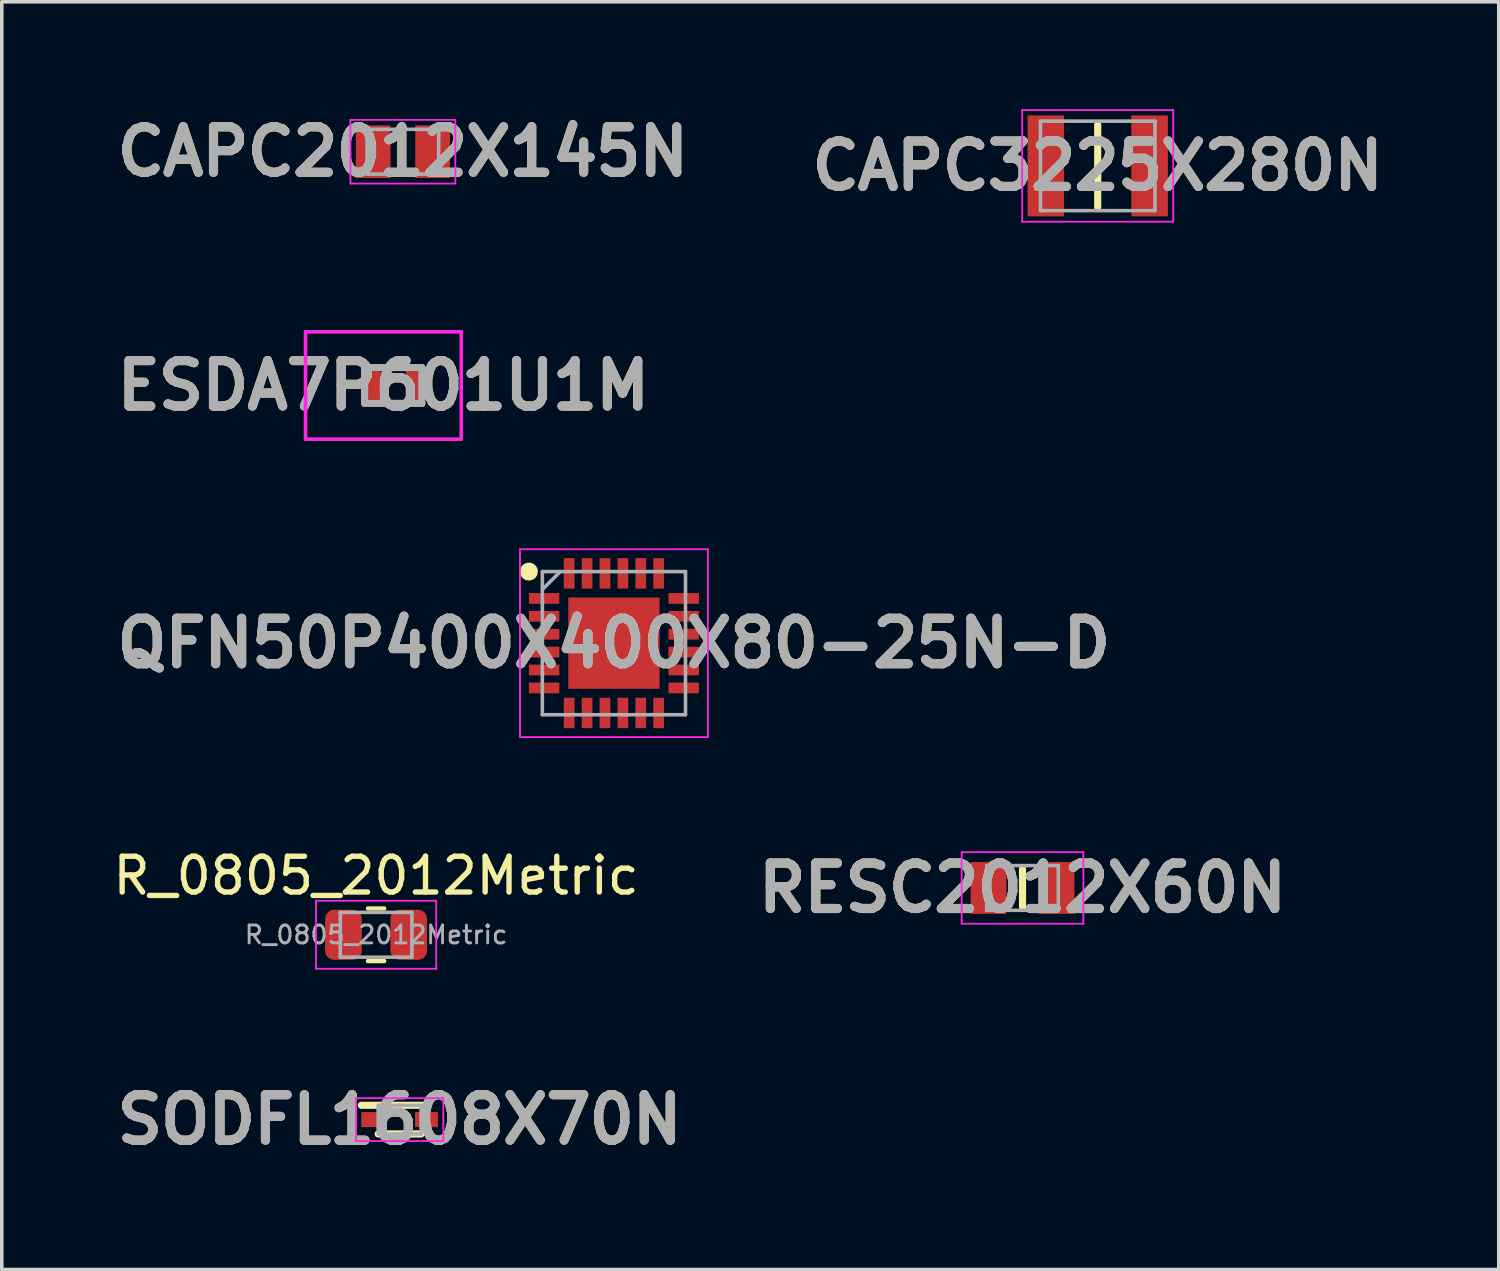
<source format=kicad_pcb>
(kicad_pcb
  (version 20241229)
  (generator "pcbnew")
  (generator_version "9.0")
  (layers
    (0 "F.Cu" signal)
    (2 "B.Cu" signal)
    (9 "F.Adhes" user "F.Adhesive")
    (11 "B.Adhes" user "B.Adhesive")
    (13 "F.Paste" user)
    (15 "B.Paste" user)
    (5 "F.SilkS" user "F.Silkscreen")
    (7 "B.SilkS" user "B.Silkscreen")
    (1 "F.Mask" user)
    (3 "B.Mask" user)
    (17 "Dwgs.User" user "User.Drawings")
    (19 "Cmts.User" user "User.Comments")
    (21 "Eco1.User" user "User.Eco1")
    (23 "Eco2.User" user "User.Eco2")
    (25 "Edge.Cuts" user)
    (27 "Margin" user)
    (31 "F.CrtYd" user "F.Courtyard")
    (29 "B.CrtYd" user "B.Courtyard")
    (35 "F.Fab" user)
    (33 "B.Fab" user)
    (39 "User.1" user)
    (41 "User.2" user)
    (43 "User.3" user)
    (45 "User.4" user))
  (footprint "RESC2012X60N"
    (layer "F.Cu")
    (at 25.519 21.759)
    (property "Reference" "RESC2012X60N" (at 0 0 0) (layer "F.SilkS") (effects (font (size 1.27 1.27) (thickness 0.254))))
    (attr smd)
    (fp_line (start 0 -0.525) (end 0 0.525) (stroke (width 0.2) (type solid)) (layer "F.SilkS"))
    (fp_line (start -1.7 -1) (end 1.7 -1) (stroke (width 0.05) (type solid)) (layer "F.CrtYd"))
    (fp_line (start -1.7 1) (end -1.7 -1) (stroke (width 0.05) (type solid)) (layer "F.CrtYd"))
    (fp_line (start 1.7 -1) (end 1.7 1) (stroke (width 0.05) (type solid)) (layer "F.CrtYd"))
    (fp_line (start 1.7 1) (end -1.7 1) (stroke (width 0.05) (type solid)) (layer "F.CrtYd"))
    (fp_line (start -1 -0.625) (end 1 -0.625) (stroke (width 0.1) (type solid)) (layer "F.Fab"))
    (fp_line (start -1 0.625) (end -1 -0.625) (stroke (width 0.1) (type solid)) (layer "F.Fab"))
    (fp_line (start 1 -0.625) (end 1 0.625) (stroke (width 0.1) (type solid)) (layer "F.Fab"))
    (fp_line (start 1 0.625) (end -1 0.625) (stroke (width 0.1) (type solid)) (layer "F.Fab"))
    (fp_text user "${REFERENCE}" (at 0 0 0) (layer "F.Fab") (effects (font (size 1.27 1.27) (thickness 0.254))))
    (pad "1" smd rect (at -0.95 0) (size 1 1.45) (layers "F.Cu" "F.Mask" "F.Paste"))
    (pad "2" smd rect (at 0.95 0) (size 1 1.45) (layers "F.Cu" "F.Mask" "F.Paste")))
  (footprint "ESDA7P601U1M"
    (layer "F.Cu")
    (at 7.937 7.72)
    (property "Reference" "ESDA7P601U1M" (at -0.275 0 0) (layer "F.SilkS") (effects (font (size 1.27 1.27) (thickness 0.254))))
    (attr smd)
    (fp_line (start -1.4 -0.1) (end -1.4 -0.1) (stroke (width 0.1) (type solid)) (layer "F.SilkS"))
    (fp_line (start -1.4 0) (end -1.4 0) (stroke (width 0.1) (type solid)) (layer "F.SilkS"))
    (fp_line (start -0.1 -0.5) (end 0.1 -0.5) (stroke (width 0.1) (type solid)) (layer "F.SilkS"))
    (fp_line (start -0.1 0.5) (end 0.1 0.5) (stroke (width 0.1) (type solid)) (layer "F.SilkS"))
    (fp_arc (start -1.4 -0.1) (mid -1.35 -0.05) (end -1.4 0) (stroke (width 0.1) (type solid)) (layer "F.SilkS"))
    (fp_arc (start -1.4 0) (mid -1.45 -0.05) (end -1.4 -0.1) (stroke (width 0.1) (type solid)) (layer "F.SilkS"))
    (fp_line (start -2.45 -1.5) (end 1.9 -1.5) (stroke (width 0.1) (type solid)) (layer "F.CrtYd"))
    (fp_line (start -2.45 1.5) (end -2.45 -1.5) (stroke (width 0.1) (type solid)) (layer "F.CrtYd"))
    (fp_line (start 1.9 -1.5) (end 1.9 1.5) (stroke (width 0.1) (type solid)) (layer "F.CrtYd"))
    (fp_line (start 1.9 1.5) (end -2.45 1.5) (stroke (width 0.1) (type solid)) (layer "F.CrtYd"))
    (fp_line (start -0.8 -0.5) (end 0.8 -0.5) (stroke (width 0.2) (type solid)) (layer "F.Fab"))
    (fp_line (start -0.8 0.5) (end -0.8 -0.5) (stroke (width 0.2) (type solid)) (layer "F.Fab"))
    (fp_line (start 0.8 -0.5) (end 0.8 0.5) (stroke (width 0.2) (type solid)) (layer "F.Fab"))
    (fp_line (start 0.8 0.5) (end -0.8 0.5) (stroke (width 0.2) (type solid)) (layer "F.Fab"))
    (fp_text user "${REFERENCE}" (at -0.275 0 0) (layer "F.Fab") (effects (font (size 1.27 1.27) (thickness 0.254))))
    (pad "1" smd rect (at -0.625 0) (size 0.55 0.8) (layers "F.Cu" "F.Mask" "F.Paste"))
    (pad "2" smd rect (at 0.625 0) (size 0.55 0.8) (layers "F.Cu" "F.Mask" "F.Paste")))
  (footprint "CAPC2012X145N"
    (layer "F.Cu")
    (at 8.207 1.189)
    (property "Reference" "CAPC2012X145N" (at 0 0 0) (layer "F.SilkS") (effects (font (size 1.27 1.27) (thickness 0.254))))
    (attr smd)
    (fp_line (start -1.465 -0.89) (end 1.465 -0.89) (stroke (width 0.05) (type solid)) (layer "F.CrtYd"))
    (fp_line (start -1.465 0.89) (end -1.465 -0.89) (stroke (width 0.05) (type solid)) (layer "F.CrtYd"))
    (fp_line (start 1.465 -0.89) (end 1.465 0.89) (stroke (width 0.05) (type solid)) (layer "F.CrtYd"))
    (fp_line (start 1.465 0.89) (end -1.465 0.89) (stroke (width 0.05) (type solid)) (layer "F.CrtYd"))
    (fp_line (start -1 -0.625) (end 1 -0.625) (stroke (width 0.1) (type solid)) (layer "F.Fab"))
    (fp_line (start -1 0.625) (end -1 -0.625) (stroke (width 0.1) (type solid)) (layer "F.Fab"))
    (fp_line (start 1 -0.625) (end 1 0.625) (stroke (width 0.1) (type solid)) (layer "F.Fab"))
    (fp_line (start 1 0.625) (end -1 0.625) (stroke (width 0.1) (type solid)) (layer "F.Fab"))
    (fp_text user "${REFERENCE}" (at 0 0 0) (layer "F.Fab") (effects (font (size 1.27 1.27) (thickness 0.254))))
    (pad "1" smd rect (at -0.83 0) (size 0.97 1.47) (layers "F.Cu" "F.Mask" "F.Paste"))
    (pad "2" smd rect (at 0.83 0) (size 0.97 1.47) (layers "F.Cu" "F.Mask" "F.Paste")))
  (footprint "SODFL1608X70N"
    (layer "F.Cu")
    (at 8.116 28.232)
    (property "Reference" "SODFL1608X70N" (at 0 0 0) (layer "F.SilkS") (effects (font (size 1.27 1.27) (thickness 0.254))))
    (attr smd)
    (fp_line (start -1.07 -0.4) (end 0.6 -0.4) (stroke (width 0.2) (type solid)) (layer "F.SilkS"))
    (fp_line (start -0.6 0.4) (end 0.6 0.4) (stroke (width 0.2) (type solid)) (layer "F.SilkS"))
    (fp_line (start -1.22 -0.6) (end 1.22 -0.6) (stroke (width 0.05) (type solid)) (layer "F.CrtYd"))
    (fp_line (start -1.22 0.6) (end -1.22 -0.6) (stroke (width 0.05) (type solid)) (layer "F.CrtYd"))
    (fp_line (start 1.22 -0.6) (end 1.22 0.6) (stroke (width 0.05) (type solid)) (layer "F.CrtYd"))
    (fp_line (start 1.22 0.6) (end -1.22 0.6) (stroke (width 0.05) (type solid)) (layer "F.CrtYd"))
    (fp_line (start -0.6 -0.4) (end 0.6 -0.4) (stroke (width 0.1) (type solid)) (layer "F.Fab"))
    (fp_line (start -0.6 -0.08) (end -0.28 -0.4) (stroke (width 0.1) (type solid)) (layer "F.Fab"))
    (fp_line (start -0.6 0.4) (end -0.6 -0.4) (stroke (width 0.1) (type solid)) (layer "F.Fab"))
    (fp_line (start 0.6 -0.4) (end 0.6 0.4) (stroke (width 0.1) (type solid)) (layer "F.Fab"))
    (fp_line (start 0.6 0.4) (end -0.6 0.4) (stroke (width 0.1) (type solid)) (layer "F.Fab"))
    (fp_text user "${REFERENCE}" (at 0 0 0) (layer "F.Fab") (effects (font (size 1.27 1.27) (thickness 0.254))))
    (pad "1" smd rect (at -0.75 0 90) (size 0.42 0.64) (layers "F.Cu" "F.Mask" "F.Paste"))
    (pad "2" smd rect (at 0.75 0 90) (size 0.42 0.64) (layers "F.Cu" "F.Mask" "F.Paste")))
  (footprint "QFN50P400X400X80-25N-D"
    (layer "F.Cu")
    (at 14.103 14.92)
    (property "Reference" "QFN50P400X400X80-25N-D" (at 0 0 0) (layer "F.SilkS") (effects (font (size 1.27 1.27) (thickness 0.254))))
    (attr smd)
    (fp_circle (center -2.375 -2) (end -2.375 -1.875) (stroke (width 0.25) (type solid)) (fill no) (layer "F.SilkS"))
    (fp_line (start -2.625 -2.625) (end 2.625 -2.625) (stroke (width 0.05) (type solid)) (layer "F.CrtYd"))
    (fp_line (start -2.625 2.625) (end -2.625 -2.625) (stroke (width 0.05) (type solid)) (layer "F.CrtYd"))
    (fp_line (start 2.625 -2.625) (end 2.625 2.625) (stroke (width 0.05) (type solid)) (layer "F.CrtYd"))
    (fp_line (start 2.625 2.625) (end -2.625 2.625) (stroke (width 0.05) (type solid)) (layer "F.CrtYd"))
    (fp_line (start -2 -2) (end 2 -2) (stroke (width 0.1) (type solid)) (layer "F.Fab"))
    (fp_line (start -2 -1.5) (end -1.5 -2) (stroke (width 0.1) (type solid)) (layer "F.Fab"))
    (fp_line (start -2 2) (end -2 -2) (stroke (width 0.1) (type solid)) (layer "F.Fab"))
    (fp_line (start 2 -2) (end 2 2) (stroke (width 0.1) (type solid)) (layer "F.Fab"))
    (fp_line (start 2 2) (end -2 2) (stroke (width 0.1) (type solid)) (layer "F.Fab"))
    (fp_text user "${REFERENCE}" (at 0 0 0) (layer "F.Fab") (effects (font (size 1.27 1.27) (thickness 0.254))))
    (pad "1" smd rect (at -1.95 -1.25 90) (size 0.3 0.85) (layers "F.Cu" "F.Mask" "F.Paste"))
    (pad "2" smd rect (at -1.95 -0.75 90) (size 0.3 0.85) (layers "F.Cu" "F.Mask" "F.Paste"))
    (pad "3" smd rect (at -1.95 -0.25 90) (size 0.3 0.85) (layers "F.Cu" "F.Mask" "F.Paste"))
    (pad "4" smd rect (at -1.95 0.25 90) (size 0.3 0.85) (layers "F.Cu" "F.Mask" "F.Paste"))
    (pad "5" smd rect (at -1.95 0.75 90) (size 0.3 0.85) (layers "F.Cu" "F.Mask" "F.Paste"))
    (pad "6" smd rect (at -1.95 1.25 90) (size 0.3 0.85) (layers "F.Cu" "F.Mask" "F.Paste"))
    (pad "7" smd rect (at -1.25 1.95) (size 0.3 0.85) (layers "F.Cu" "F.Mask" "F.Paste"))
    (pad "8" smd rect (at -0.75 1.95) (size 0.3 0.85) (layers "F.Cu" "F.Mask" "F.Paste"))
    (pad "9" smd rect (at -0.25 1.95) (size 0.3 0.85) (layers "F.Cu" "F.Mask" "F.Paste"))
    (pad "10" smd rect (at 0.25 1.95) (size 0.3 0.85) (layers "F.Cu" "F.Mask" "F.Paste"))
    (pad "11" smd rect (at 0.75 1.95) (size 0.3 0.85) (layers "F.Cu" "F.Mask" "F.Paste"))
    (pad "12" smd rect (at 1.25 1.95) (size 0.3 0.85) (layers "F.Cu" "F.Mask" "F.Paste"))
    (pad "13" smd rect (at 1.95 1.25 90) (size 0.3 0.85) (layers "F.Cu" "F.Mask" "F.Paste"))
    (pad "14" smd rect (at 1.95 0.75 90) (size 0.3 0.85) (layers "F.Cu" "F.Mask" "F.Paste"))
    (pad "15" smd rect (at 1.95 0.25 90) (size 0.3 0.85) (layers "F.Cu" "F.Mask" "F.Paste"))
    (pad "16" smd rect (at 1.95 -0.25 90) (size 0.3 0.85) (layers "F.Cu" "F.Mask" "F.Paste"))
    (pad "17" smd rect (at 1.95 -0.75 90) (size 0.3 0.85) (layers "F.Cu" "F.Mask" "F.Paste"))
    (pad "18" smd rect (at 1.95 -1.25 90) (size 0.3 0.85) (layers "F.Cu" "F.Mask" "F.Paste"))
    (pad "19" smd rect (at 1.25 -1.95) (size 0.3 0.85) (layers "F.Cu" "F.Mask" "F.Paste"))
    (pad "20" smd rect (at 0.75 -1.95) (size 0.3 0.85) (layers "F.Cu" "F.Mask" "F.Paste"))
    (pad "21" smd rect (at 0.25 -1.95) (size 0.3 0.85) (layers "F.Cu" "F.Mask" "F.Paste"))
    (pad "22" smd rect (at -0.25 -1.95) (size 0.3 0.85) (layers "F.Cu" "F.Mask" "F.Paste"))
    (pad "23" smd rect (at -0.75 -1.95) (size 0.3 0.85) (layers "F.Cu" "F.Mask" "F.Paste"))
    (pad "24" smd rect (at -1.25 -1.95) (size 0.3 0.85) (layers "F.Cu" "F.Mask" "F.Paste"))
    (pad "25" smd rect (at 0 0) (size 2.55 2.55) (layers "F.Cu" "F.Mask" "F.Paste")))
  (footprint "R_0805_2012Metric"
    (layer "F.Cu")
    (at 7.458 23.068)
    (property "Reference" "R_0805_2012Metric" (at 0 -1.65 0) (layer "F.SilkS") (effects (font (size 1 1) (thickness 0.15))))
    (attr smd)
    (fp_line (start -0.227 -0.735) (end 0.227 -0.735) (stroke (width 0.12) (type solid)) (layer "F.SilkS"))
    (fp_line (start -0.227 0.735) (end 0.227 0.735) (stroke (width 0.12) (type solid)) (layer "F.SilkS"))
    (fp_line (start -1.68 -0.95) (end 1.68 -0.95) (stroke (width 0.05) (type solid)) (layer "F.CrtYd"))
    (fp_line (start -1.68 0.95) (end -1.68 -0.95) (stroke (width 0.05) (type solid)) (layer "F.CrtYd"))
    (fp_line (start 1.68 -0.95) (end 1.68 0.95) (stroke (width 0.05) (type solid)) (layer "F.CrtYd"))
    (fp_line (start 1.68 0.95) (end -1.68 0.95) (stroke (width 0.05) (type solid)) (layer "F.CrtYd"))
    (fp_line (start -1 -0.625) (end 1 -0.625) (stroke (width 0.1) (type solid)) (layer "F.Fab"))
    (fp_line (start -1 0.625) (end -1 -0.625) (stroke (width 0.1) (type solid)) (layer "F.Fab"))
    (fp_line (start 1 -0.625) (end 1 0.625) (stroke (width 0.1) (type solid)) (layer "F.Fab"))
    (fp_line (start 1 0.625) (end -1 0.625) (stroke (width 0.1) (type solid)) (layer "F.Fab"))
    (fp_text user "${REFERENCE}" (at 0 0 0) (layer "F.Fab") (effects (font (size 0.5 0.5) (thickness 0.08))))
    (pad "1" smd roundrect (at -0.912 0) (size 1.025 1.4) (layers "F.Cu" "F.Mask" "F.Paste") (roundrect_rratio 0.244))
    (pad "2" smd roundrect (at 0.912 0) (size 1.025 1.4) (layers "F.Cu" "F.Mask" "F.Paste") (roundrect_rratio 0.244)))
  (footprint "CAPC3225X280N"
    (layer "F.Cu")
    (at 27.62 1.585)
    (property "Reference" "CAPC3225X280N" (at 0 0 0) (layer "F.SilkS") (effects (font (size 1.27 1.27) (thickness 0.254))))
    (attr smd)
    (fp_line (start 0 -1.15) (end 0 1.15) (stroke (width 0.2) (type solid)) (layer "F.SilkS"))
    (fp_line (start -2.11 -1.56) (end 2.11 -1.56) (stroke (width 0.05) (type solid)) (layer "F.CrtYd"))
    (fp_line (start -2.11 1.56) (end -2.11 -1.56) (stroke (width 0.05) (type solid)) (layer "F.CrtYd"))
    (fp_line (start 2.11 -1.56) (end 2.11 1.56) (stroke (width 0.05) (type solid)) (layer "F.CrtYd"))
    (fp_line (start 2.11 1.56) (end -2.11 1.56) (stroke (width 0.05) (type solid)) (layer "F.CrtYd"))
    (fp_line (start -1.6 -1.25) (end 1.6 -1.25) (stroke (width 0.1) (type solid)) (layer "F.Fab"))
    (fp_line (start -1.6 1.25) (end -1.6 -1.25) (stroke (width 0.1) (type solid)) (layer "F.Fab"))
    (fp_line (start 1.6 -1.25) (end 1.6 1.25) (stroke (width 0.1) (type solid)) (layer "F.Fab"))
    (fp_line (start 1.6 1.25) (end -1.6 1.25) (stroke (width 0.1) (type solid)) (layer "F.Fab"))
    (fp_text user "${REFERENCE}" (at 0 0 0) (layer "F.Fab") (effects (font (size 1.27 1.27) (thickness 0.254))))
    (pad "1" smd rect (at -1.45 0) (size 1.02 2.82) (layers "F.Cu" "F.Mask" "F.Paste"))
    (pad "2" smd rect (at 1.45 0) (size 1.02 2.82) (layers "F.Cu" "F.Mask" "F.Paste")))
  (gr_rect
    (start -3 -3)
    (end 38.826 32.421)
    (stroke (width 0.1) (type default))
    (fill no)
    (layer "Edge.Cuts")))
</source>
